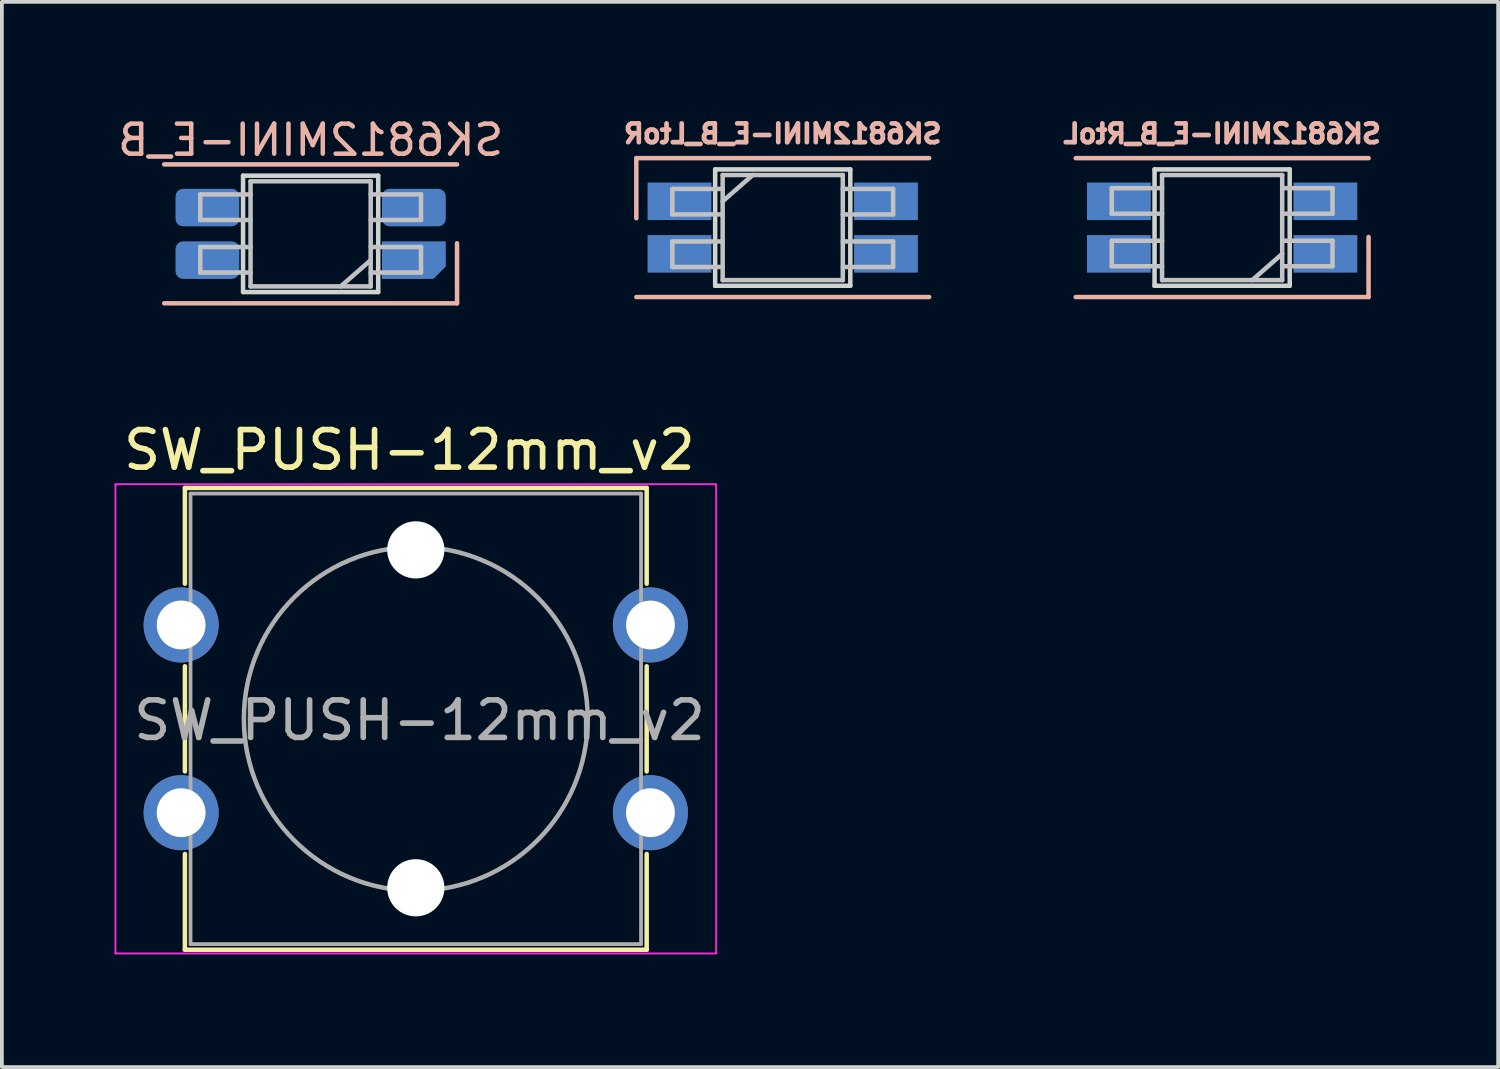
<source format=kicad_pcb>
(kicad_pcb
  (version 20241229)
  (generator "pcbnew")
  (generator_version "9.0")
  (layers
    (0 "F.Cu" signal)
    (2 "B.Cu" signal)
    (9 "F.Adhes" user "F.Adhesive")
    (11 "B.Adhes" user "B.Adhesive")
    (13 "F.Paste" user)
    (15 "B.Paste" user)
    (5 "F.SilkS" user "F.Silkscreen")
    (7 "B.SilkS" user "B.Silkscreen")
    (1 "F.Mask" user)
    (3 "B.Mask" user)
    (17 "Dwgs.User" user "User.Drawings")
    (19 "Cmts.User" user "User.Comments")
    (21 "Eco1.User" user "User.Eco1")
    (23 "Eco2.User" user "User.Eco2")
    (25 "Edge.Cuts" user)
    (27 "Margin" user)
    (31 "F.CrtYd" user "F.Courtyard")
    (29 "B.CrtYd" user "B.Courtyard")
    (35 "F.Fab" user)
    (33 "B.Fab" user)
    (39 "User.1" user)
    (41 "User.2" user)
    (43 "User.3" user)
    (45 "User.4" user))
  (footprint "SW_PUSH-12mm_v2"
    (layer "F.Cu")
    (at 8.025 16.097)
    (property "Reference" "SW_PUSH-12mm_v2" (at -0.17 -7.16 0) (layer "F.SilkS") (effects (font (size 1 1) (thickness 0.15))))
    (attr through_hole)
    (fp_line (start -6.15 -6.15) (end 6.15 -6.15) (stroke (width 0.12) (type solid)) (layer "F.SilkS"))
    (fp_line (start -6.15 -3.6) (end -6.15 -6.15) (stroke (width 0.12) (type solid)) (layer "F.SilkS"))
    (fp_line (start -6.15 1.4) (end -6.15 -1.4) (stroke (width 0.12) (type solid)) (layer "F.SilkS"))
    (fp_line (start -6.15 6.15) (end -6.15 3.6) (stroke (width 0.12) (type solid)) (layer "F.SilkS"))
    (fp_line (start 6.15 -6.15) (end 6.15 -3.6) (stroke (width 0.12) (type solid)) (layer "F.SilkS"))
    (fp_line (start 6.15 -1.4) (end 6.15 1.4) (stroke (width 0.12) (type solid)) (layer "F.SilkS"))
    (fp_line (start 6.15 3.6) (end 6.15 6.15) (stroke (width 0.12) (type solid)) (layer "F.SilkS"))
    (fp_line (start 6.15 6.15) (end -6.15 6.15) (stroke (width 0.12) (type solid)) (layer "F.SilkS"))
    (fp_line (start -8 -6.25) (end -8 6.25) (stroke (width 0.05) (type solid)) (layer "F.CrtYd"))
    (fp_line (start -8 -6.25) (end 8 -6.25) (stroke (width 0.05) (type solid)) (layer "F.CrtYd"))
    (fp_line (start 8 6.25) (end -8 6.25) (stroke (width 0.05) (type solid)) (layer "F.CrtYd"))
    (fp_line (start 8 6.25) (end 8 -6.25) (stroke (width 0.05) (type solid)) (layer "F.CrtYd"))
    (fp_line (start -6 -6) (end -6 6) (stroke (width 0.1) (type solid)) (layer "F.Fab"))
    (fp_line (start -6 -6) (end 6 -6) (stroke (width 0.1) (type solid)) (layer "F.Fab"))
    (fp_line (start -6 6) (end 6 6) (stroke (width 0.1) (type solid)) (layer "F.Fab"))
    (fp_line (start 6 -6) (end 6 6) (stroke (width 0.1) (type solid)) (layer "F.Fab"))
    (fp_circle (center 0 0) (end 4.579 0) (stroke (width 0.12) (type solid)) (fill no) (layer "F.Fab"))
    (fp_text user "${REFERENCE}" (at 0.1 0.04 0) (layer "F.Fab") (effects (font (size 1 1) (thickness 0.15))))
    (pad "" np_thru_hole circle (at 0 -4.5) (size 1.524 1.524) (drill 1.8) (layers "*.Cu" "*.Mask"))
    (pad "" np_thru_hole circle (at 0 4.5) (size 1.524 1.524) (drill 1.8) (layers "*.Cu" "*.Mask"))
    (pad "1" thru_hole circle (at -6.25 -2.5) (size 2 2) (drill 1.3) (layers "*.Cu" "*.Mask"))
    (pad "1" thru_hole circle (at 6.25 -2.5) (size 2 2) (drill 1.3) (layers "*.Cu" "*.Mask"))
    (pad "2" thru_hole circle (at -6.25 2.5) (size 2 2) (drill 1.3) (layers "*.Cu" "*.Mask"))
    (pad "2" thru_hole circle (at 6.25 2.5) (size 2 2) (drill 1.3) (layers "*.Cu" "*.Mask")))
  (footprint "SK6812MINI-E_B_LtoR"
    (layer "F.Cu")
    (at 17.799 3.012)
    (property "Reference" "SK6812MINI-E_B_LtoR" (at 0 -2.5 0) (layer "B.SilkS") (effects (font (size 0.5 0.5) (thickness 0.125)) (justify mirror)))
    (attr through_hole)
    (fp_line (start -3.9 -1.85) (end 3.9 -1.85) (stroke (width 0.12) (type solid)) (layer "B.SilkS"))
    (fp_line (start -3.9 -0.25) (end -3.9 -1.85) (stroke (width 0.12) (type solid)) (layer "B.SilkS"))
    (fp_line (start 3.9 1.85) (end -3.9 1.85) (stroke (width 0.12) (type solid)) (layer "B.SilkS"))
    (fp_line (start -2.94 -1.03) (end -1.6 -1.03) (stroke (width 0.12) (type solid)) (layer "Dwgs.User"))
    (fp_line (start -2.94 -0.35) (end -2.94 -1.03) (stroke (width 0.12) (type solid)) (layer "Dwgs.User"))
    (fp_line (start -2.94 0.37) (end -1.6 0.37) (stroke (width 0.12) (type solid)) (layer "Dwgs.User"))
    (fp_line (start -2.94 1.05) (end -2.94 0.37) (stroke (width 0.12) (type solid)) (layer "Dwgs.User"))
    (fp_line (start -1.6 -1.4) (end 1.6 -1.4) (stroke (width 0.12) (type solid)) (layer "Dwgs.User"))
    (fp_line (start -1.6 -0.7) (end -0.8 -1.4) (stroke (width 0.12) (type solid)) (layer "Dwgs.User"))
    (fp_line (start -1.6 -0.35) (end -2.94 -0.35) (stroke (width 0.12) (type solid)) (layer "Dwgs.User"))
    (fp_line (start -1.6 1.05) (end -2.94 1.05) (stroke (width 0.12) (type solid)) (layer "Dwgs.User"))
    (fp_line (start -1.6 1.4) (end -1.6 -1.4) (stroke (width 0.12) (type solid)) (layer "Dwgs.User"))
    (fp_line (start -1.6 1.4) (end 1.6 1.4) (stroke (width 0.12) (type solid)) (layer "Dwgs.User"))
    (fp_line (start 1.6 -1.03) (end 2.94 -1.03) (stroke (width 0.12) (type solid)) (layer "Dwgs.User"))
    (fp_line (start 1.6 0.37) (end 2.94 0.37) (stroke (width 0.12) (type solid)) (layer "Dwgs.User"))
    (fp_line (start 1.6 1.4) (end 1.6 -1.4) (stroke (width 0.12) (type solid)) (layer "Dwgs.User"))
    (fp_line (start 2.94 -1.03) (end 2.94 -0.35) (stroke (width 0.12) (type solid)) (layer "Dwgs.User"))
    (fp_line (start 2.94 -0.35) (end 1.6 -0.35) (stroke (width 0.12) (type solid)) (layer "Dwgs.User"))
    (fp_line (start 2.94 0.37) (end 2.94 1.05) (stroke (width 0.12) (type solid)) (layer "Dwgs.User"))
    (fp_line (start 2.94 1.05) (end 1.6 1.05) (stroke (width 0.12) (type solid)) (layer "Dwgs.User"))
    (fp_line (start -1.8 -1.55) (end 1.8 -1.55) (stroke (width 0.12) (type solid)) (layer "Edge.Cuts"))
    (fp_line (start -1.8 1.55) (end -1.8 -1.55) (stroke (width 0.12) (type solid)) (layer "Edge.Cuts"))
    (fp_line (start 1.8 -1.55) (end 1.8 1.55) (stroke (width 0.12) (type solid)) (layer "Edge.Cuts"))
    (fp_line (start 1.8 1.55) (end -1.8 1.55) (stroke (width 0.12) (type solid)) (layer "Edge.Cuts"))
    (pad "1" smd rect (at 2.75 0.7) (size 1.7 1) (layers "B.Cu" "B.Mask" "B.Paste"))
    (pad "2" smd rect (at 2.75 -0.7) (size 1.7 1) (layers "B.Cu" "B.Mask" "B.Paste"))
    (pad "3" smd rect (at -2.75 -0.7) (size 1.7 1) (layers "B.Cu" "B.Mask" "B.Paste"))
    (pad "4" smd rect (at -2.75 0.7) (size 1.7 1) (layers "B.Cu" "B.Mask" "B.Paste")))
  (footprint "SK6812MINI-E_B"
    (layer "F.Cu")
    (at 5.224 3.179)
    (property "Reference" "SK6812MINI-E_B" (at 0 -2.5 180) (layer "B.SilkS") (effects (font (size 0.8 0.8) (thickness 0.12)) (justify mirror)))
    (attr through_hole)
    (fp_line (start -3.9 -1.85) (end 3.9 -1.85) (stroke (width 0.12) (type solid)) (layer "B.SilkS"))
    (fp_line (start 3.9 0.25) (end 3.9 1.85) (stroke (width 0.12) (type solid)) (layer "B.SilkS"))
    (fp_line (start 3.9 1.85) (end -3.9 1.85) (stroke (width 0.12) (type solid)) (layer "B.SilkS"))
    (fp_line (start -2.94 -1.05) (end -1.6 -1.05) (stroke (width 0.12) (type solid)) (layer "Dwgs.User"))
    (fp_line (start -2.94 -0.37) (end -2.94 -1.05) (stroke (width 0.12) (type solid)) (layer "Dwgs.User"))
    (fp_line (start -2.94 0.35) (end -1.6 0.35) (stroke (width 0.12) (type solid)) (layer "Dwgs.User"))
    (fp_line (start -2.94 1.03) (end -2.94 0.35) (stroke (width 0.12) (type solid)) (layer "Dwgs.User"))
    (fp_line (start -1.6 -1.4) (end -1.6 1.4) (stroke (width 0.12) (type solid)) (layer "Dwgs.User"))
    (fp_line (start -1.6 -0.37) (end -2.94 -0.37) (stroke (width 0.12) (type solid)) (layer "Dwgs.User"))
    (fp_line (start -1.6 1.03) (end -2.94 1.03) (stroke (width 0.12) (type solid)) (layer "Dwgs.User"))
    (fp_line (start 1.6 -1.4) (end -1.6 -1.4) (stroke (width 0.12) (type solid)) (layer "Dwgs.User"))
    (fp_line (start 1.6 -1.4) (end 1.6 1.4) (stroke (width 0.12) (type solid)) (layer "Dwgs.User"))
    (fp_line (start 1.6 -1.05) (end 2.94 -1.05) (stroke (width 0.12) (type solid)) (layer "Dwgs.User"))
    (fp_line (start 1.6 0.35) (end 2.94 0.35) (stroke (width 0.12) (type solid)) (layer "Dwgs.User"))
    (fp_line (start 1.6 0.7) (end 0.8 1.4) (stroke (width 0.12) (type solid)) (layer "Dwgs.User"))
    (fp_line (start 1.6 1.4) (end -1.6 1.4) (stroke (width 0.12) (type solid)) (layer "Dwgs.User"))
    (fp_line (start 2.94 -1.05) (end 2.94 -0.37) (stroke (width 0.12) (type solid)) (layer "Dwgs.User"))
    (fp_line (start 2.94 -0.37) (end 1.6 -0.37) (stroke (width 0.12) (type solid)) (layer "Dwgs.User"))
    (fp_line (start 2.94 0.35) (end 2.94 1.03) (stroke (width 0.12) (type solid)) (layer "Dwgs.User"))
    (fp_line (start 2.94 1.03) (end 1.6 1.03) (stroke (width 0.12) (type solid)) (layer "Dwgs.User"))
    (fp_line (start -1.8 -1.55) (end 1.8 -1.55) (stroke (width 0.12) (type solid)) (layer "Edge.Cuts"))
    (fp_line (start -1.8 1.55) (end -1.8 -1.55) (stroke (width 0.12) (type solid)) (layer "Edge.Cuts"))
    (fp_line (start 1.8 -1.55) (end 1.8 1.55) (stroke (width 0.12) (type solid)) (layer "Edge.Cuts"))
    (fp_line (start 1.8 1.55) (end -1.8 1.55) (stroke (width 0.12) (type solid)) (layer "Edge.Cuts"))
    (pad "1" smd roundrect (at -2.75 -0.7 180) (size 1.7 1) (layers "B.Cu" "B.Mask" "B.Paste") (roundrect_rratio 0.2))
    (pad "2" smd roundrect (at -2.75 0.7 180) (size 1.7 1) (layers "B.Cu" "B.Mask" "B.Paste") (roundrect_rratio 0.2))
    (pad "3" smd roundrect (at 2.75 0.7 180) (size 1.7 1) (layers "B.Cu" "B.Mask" "B.Paste") (roundrect_rratio 0) (chamfer_ratio 0.33) (chamfer top_left))
    (pad "4" smd roundrect (at 2.75 -0.7 180) (size 1.7 1) (layers "B.Cu" "B.Mask" "B.Paste") (roundrect_rratio 0.2)))
  (footprint "SK6812MINI-E_B_RtoL"
    (layer "F.Cu")
    (at 29.503 3.012)
    (property "Reference" "SK6812MINI-E_B_RtoL" (at 0 -2.5 180) (layer "B.SilkS") (effects (font (size 0.5 0.5) (thickness 0.125)) (justify mirror)))
    (attr through_hole)
    (fp_line (start -3.9 -1.85) (end 3.9 -1.85) (stroke (width 0.12) (type solid)) (layer "B.SilkS"))
    (fp_line (start 3.9 0.25) (end 3.9 1.85) (stroke (width 0.12) (type solid)) (layer "B.SilkS"))
    (fp_line (start 3.9 1.85) (end -3.9 1.85) (stroke (width 0.12) (type solid)) (layer "B.SilkS"))
    (fp_line (start -2.94 -1.05) (end -1.6 -1.05) (stroke (width 0.12) (type solid)) (layer "Dwgs.User"))
    (fp_line (start -2.94 -0.37) (end -2.94 -1.05) (stroke (width 0.12) (type solid)) (layer "Dwgs.User"))
    (fp_line (start -2.94 0.35) (end -1.6 0.35) (stroke (width 0.12) (type solid)) (layer "Dwgs.User"))
    (fp_line (start -2.94 1.03) (end -2.94 0.35) (stroke (width 0.12) (type solid)) (layer "Dwgs.User"))
    (fp_line (start -1.6 -1.4) (end -1.6 1.4) (stroke (width 0.12) (type solid)) (layer "Dwgs.User"))
    (fp_line (start -1.6 -0.37) (end -2.94 -0.37) (stroke (width 0.12) (type solid)) (layer "Dwgs.User"))
    (fp_line (start -1.6 1.03) (end -2.94 1.03) (stroke (width 0.12) (type solid)) (layer "Dwgs.User"))
    (fp_line (start 1.6 -1.4) (end -1.6 -1.4) (stroke (width 0.12) (type solid)) (layer "Dwgs.User"))
    (fp_line (start 1.6 -1.4) (end 1.6 1.4) (stroke (width 0.12) (type solid)) (layer "Dwgs.User"))
    (fp_line (start 1.6 -1.05) (end 2.94 -1.05) (stroke (width 0.12) (type solid)) (layer "Dwgs.User"))
    (fp_line (start 1.6 0.35) (end 2.94 0.35) (stroke (width 0.12) (type solid)) (layer "Dwgs.User"))
    (fp_line (start 1.6 0.7) (end 0.8 1.4) (stroke (width 0.12) (type solid)) (layer "Dwgs.User"))
    (fp_line (start 1.6 1.4) (end -1.6 1.4) (stroke (width 0.12) (type solid)) (layer "Dwgs.User"))
    (fp_line (start 2.94 -1.05) (end 2.94 -0.37) (stroke (width 0.12) (type solid)) (layer "Dwgs.User"))
    (fp_line (start 2.94 -0.37) (end 1.6 -0.37) (stroke (width 0.12) (type solid)) (layer "Dwgs.User"))
    (fp_line (start 2.94 0.35) (end 2.94 1.03) (stroke (width 0.12) (type solid)) (layer "Dwgs.User"))
    (fp_line (start 2.94 1.03) (end 1.6 1.03) (stroke (width 0.12) (type solid)) (layer "Dwgs.User"))
    (fp_line (start -1.8 -1.55) (end 1.8 -1.55) (stroke (width 0.12) (type solid)) (layer "Edge.Cuts"))
    (fp_line (start -1.8 1.55) (end -1.8 -1.55) (stroke (width 0.12) (type solid)) (layer "Edge.Cuts"))
    (fp_line (start 1.8 -1.55) (end 1.8 1.55) (stroke (width 0.12) (type solid)) (layer "Edge.Cuts"))
    (fp_line (start 1.8 1.55) (end -1.8 1.55) (stroke (width 0.12) (type solid)) (layer "Edge.Cuts"))
    (pad "1" smd rect (at -2.75 -0.7 180) (size 1.7 1) (layers "B.Cu" "B.Mask" "B.Paste"))
    (pad "2" smd rect (at -2.75 0.7 180) (size 1.7 1) (layers "B.Cu" "B.Mask" "B.Paste"))
    (pad "3" smd rect (at 2.75 0.7 180) (size 1.7 1) (layers "B.Cu" "B.Mask" "B.Paste"))
    (pad "4" smd rect (at 2.75 -0.7 180) (size 1.7 1) (layers "B.Cu" "B.Mask" "B.Paste")))
  (gr_rect
    (start -3 -3)
    (end 36.855 25.372)
    (stroke (width 0.1) (type default))
    (fill no)
    (layer "Edge.Cuts")))
</source>
